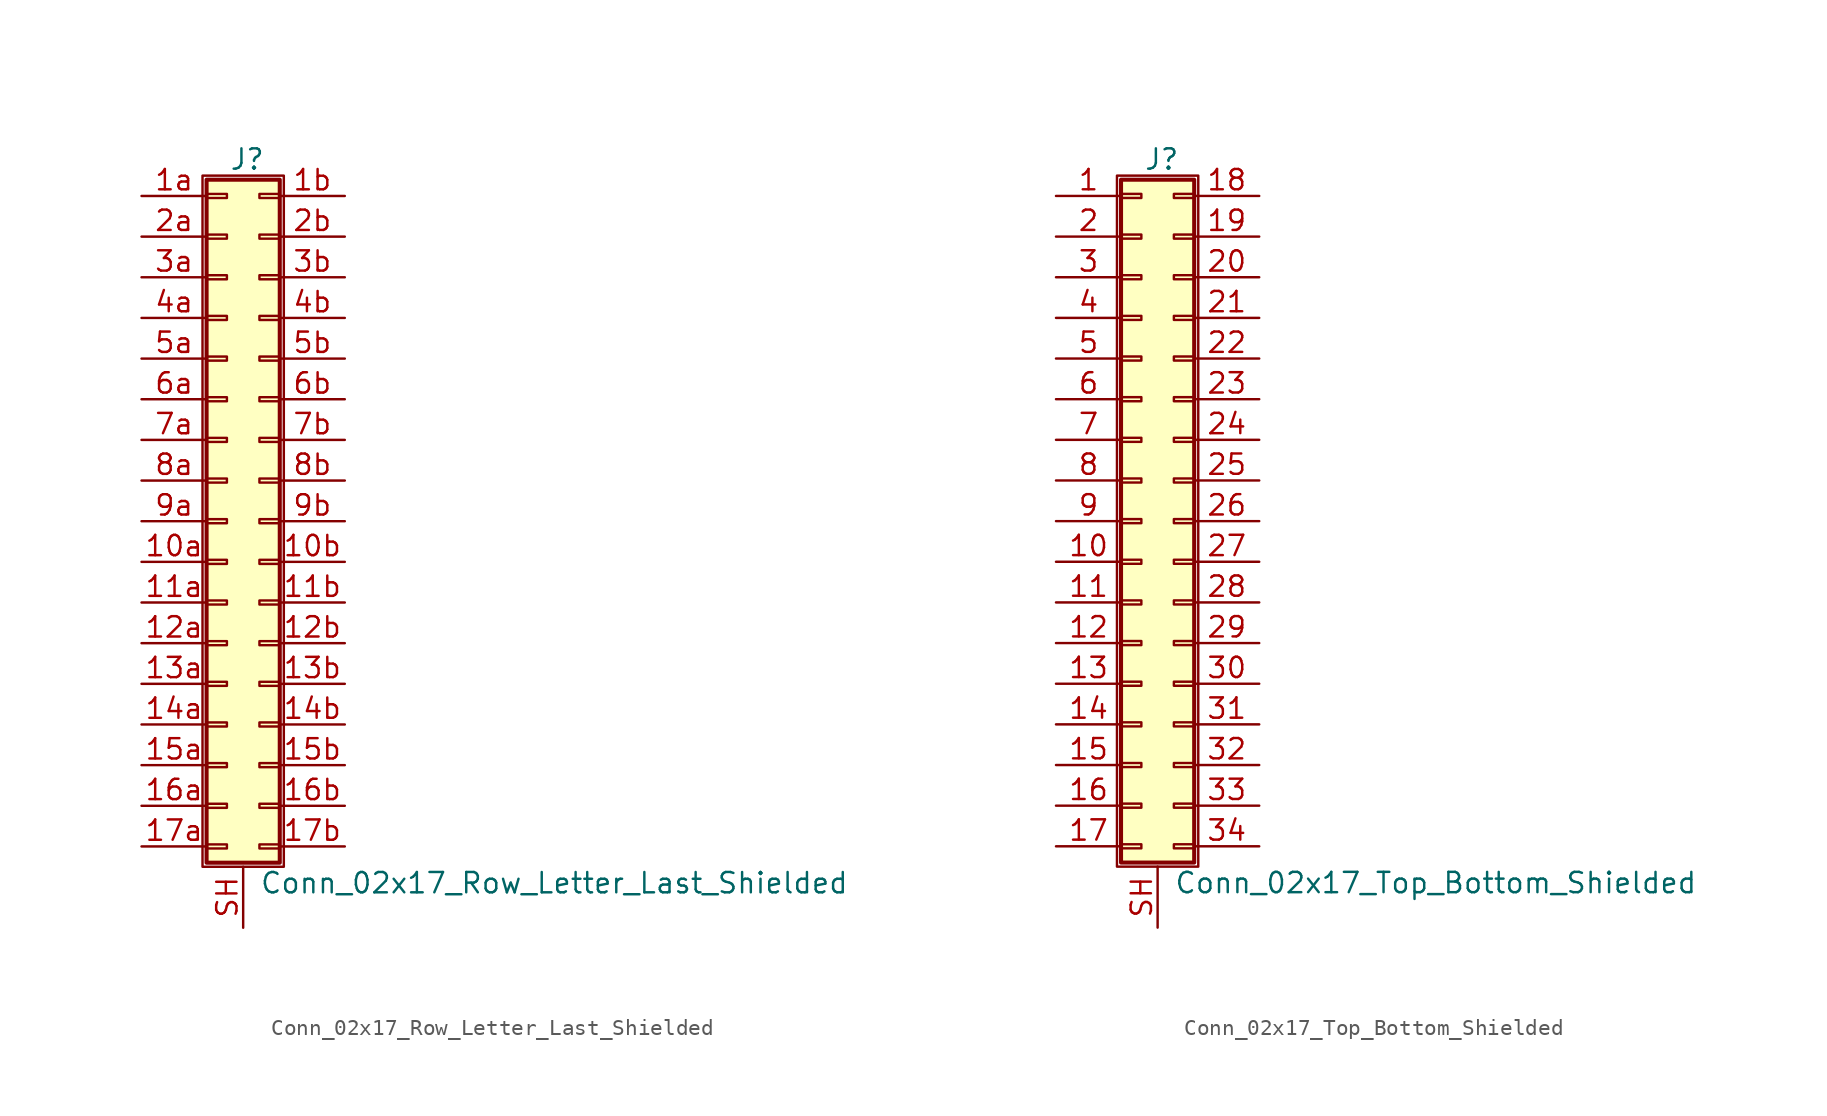
<source format=kicad_sym>
(kicad_symbol_lib
  (version 20220914)
  (generator kicad_symbol_editor)
  (symbol "Conn_02x17_Row_Letter_Last_Shielded"
    (pin_names
      (offset 1.016) hide)
    (property "Reference" "J"
      (at 1.524 22.606 0)
      (effects (font (size 1.27 1.27))))
    (property "Value" "Conn_02x17_Row_Letter_Last_Shielded"
      (at 2.286 -22.606 0)
      (effects (font (size 1.27 1.27)) (justify left)))
    (symbol "Conn_02x17_Row_Letter_Last_Shielded_1_1"
      (rectangle (start -1.27 21.59) (end 3.81 -21.59) (stroke (width 0.152) (type default)) (fill (type none)))
      (rectangle (start -1.016 -20.193) (end 0.254 -20.447) (stroke (width 0.152) (type default)) (fill (type none)))
      (rectangle (start -1.016 -17.653) (end 0.254 -17.907) (stroke (width 0.152) (type default)) (fill (type none)))
      (rectangle (start -1.016 -15.113) (end 0.254 -15.367) (stroke (width 0.152) (type default)) (fill (type none)))
      (rectangle (start -1.016 -12.573) (end 0.254 -12.827) (stroke (width 0.152) (type default)) (fill (type none)))
      (rectangle (start -1.016 -10.033) (end 0.254 -10.287) (stroke (width 0.152) (type default)) (fill (type none)))
      (rectangle (start -1.016 -7.493) (end 0.254 -7.747) (stroke (width 0.152) (type default)) (fill (type none)))
      (rectangle (start -1.016 -4.953) (end 0.254 -5.207) (stroke (width 0.152) (type default)) (fill (type none)))
      (rectangle (start -1.016 -2.413) (end 0.254 -2.667) (stroke (width 0.152) (type default)) (fill (type none)))
      (rectangle (start -1.016 0.127) (end 0.254 -0.127) (stroke (width 0.152) (type default)) (fill (type none)))
      (rectangle (start -1.016 2.667) (end 0.254 2.413) (stroke (width 0.152) (type default)) (fill (type none)))
      (rectangle (start -1.016 5.207) (end 0.254 4.953) (stroke (width 0.152) (type default)) (fill (type none)))
      (rectangle (start -1.016 7.747) (end 0.254 7.493) (stroke (width 0.152) (type default)) (fill (type none)))
      (rectangle (start -1.016 10.287) (end 0.254 10.033) (stroke (width 0.152) (type default)) (fill (type none)))
      (rectangle (start -1.016 12.827) (end 0.254 12.573) (stroke (width 0.152) (type default)) (fill (type none)))
      (rectangle (start -1.016 15.367) (end 0.254 15.113) (stroke (width 0.152) (type default)) (fill (type none)))
      (rectangle (start -1.016 17.907) (end 0.254 17.653) (stroke (width 0.152) (type default)) (fill (type none)))
      (rectangle (start -1.016 20.447) (end 0.254 20.193) (stroke (width 0.152) (type default)) (fill (type none)))
      (rectangle (start -1.016 21.336) (end 3.556 -21.336) (stroke (width 0.254) (type default)) (fill (type background)))
      (rectangle (start 3.556 -20.193) (end 2.286 -20.447) (stroke (width 0.152) (type default)) (fill (type none)))
      (rectangle (start 3.556 -17.653) (end 2.286 -17.907) (stroke (width 0.152) (type default)) (fill (type none)))
      (rectangle (start 3.556 -15.113) (end 2.286 -15.367) (stroke (width 0.152) (type default)) (fill (type none)))
      (rectangle (start 3.556 -12.573) (end 2.286 -12.827) (stroke (width 0.152) (type default)) (fill (type none)))
      (rectangle (start 3.556 -10.033) (end 2.286 -10.287) (stroke (width 0.152) (type default)) (fill (type none)))
      (rectangle (start 3.556 -7.493) (end 2.286 -7.747) (stroke (width 0.152) (type default)) (fill (type none)))
      (rectangle (start 3.556 -4.953) (end 2.286 -5.207) (stroke (width 0.152) (type default)) (fill (type none)))
      (rectangle (start 3.556 -2.413) (end 2.286 -2.667) (stroke (width 0.152) (type default)) (fill (type none)))
      (rectangle (start 3.556 0.127) (end 2.286 -0.127) (stroke (width 0.152) (type default)) (fill (type none)))
      (rectangle (start 3.556 2.667) (end 2.286 2.413) (stroke (width 0.152) (type default)) (fill (type none)))
      (rectangle (start 3.556 5.207) (end 2.286 4.953) (stroke (width 0.152) (type default)) (fill (type none)))
      (rectangle (start 3.556 7.747) (end 2.286 7.493) (stroke (width 0.152) (type default)) (fill (type none)))
      (rectangle (start 3.556 10.287) (end 2.286 10.033) (stroke (width 0.152) (type default)) (fill (type none)))
      (rectangle (start 3.556 12.827) (end 2.286 12.573) (stroke (width 0.152) (type default)) (fill (type none)))
      (rectangle (start 3.556 15.367) (end 2.286 15.113) (stroke (width 0.152) (type default)) (fill (type none)))
      (rectangle (start 3.556 17.907) (end 2.286 17.653) (stroke (width 0.152) (type default)) (fill (type none)))
      (rectangle (start 3.556 20.447) (end 2.286 20.193) (stroke (width 0.152) (type default)) (fill (type none)))
      (pin passive line (at -5.08 -2.54 0) (length 4.064) (name "Pin_10a" (effects (font (size 1.27 1.27)))) (number "10a" (effects (font (size 1.27 1.27)))))
      (pin passive line (at 7.62 -2.54 180) (length 4.064) (name "Pin_10b" (effects (font (size 1.27 1.27)))) (number "10b" (effects (font (size 1.27 1.27)))))
      (pin passive line (at -5.08 -5.08 0) (length 4.064) (name "Pin_11a" (effects (font (size 1.27 1.27)))) (number "11a" (effects (font (size 1.27 1.27)))))
      (pin passive line (at 7.62 -5.08 180) (length 4.064) (name "Pin_11b" (effects (font (size 1.27 1.27)))) (number "11b" (effects (font (size 1.27 1.27)))))
      (pin passive line (at -5.08 -7.62 0) (length 4.064) (name "Pin_12a" (effects (font (size 1.27 1.27)))) (number "12a" (effects (font (size 1.27 1.27)))))
      (pin passive line (at 7.62 -7.62 180) (length 4.064) (name "Pin_12b" (effects (font (size 1.27 1.27)))) (number "12b" (effects (font (size 1.27 1.27)))))
      (pin passive line (at -5.08 -10.16 0) (length 4.064) (name "Pin_13a" (effects (font (size 1.27 1.27)))) (number "13a" (effects (font (size 1.27 1.27)))))
      (pin passive line (at 7.62 -10.16 180) (length 4.064) (name "Pin_13b" (effects (font (size 1.27 1.27)))) (number "13b" (effects (font (size 1.27 1.27)))))
      (pin passive line (at -5.08 -12.7 0) (length 4.064) (name "Pin_14a" (effects (font (size 1.27 1.27)))) (number "14a" (effects (font (size 1.27 1.27)))))
      (pin passive line (at 7.62 -12.7 180) (length 4.064) (name "Pin_14b" (effects (font (size 1.27 1.27)))) (number "14b" (effects (font (size 1.27 1.27)))))
      (pin passive line (at -5.08 -15.24 0) (length 4.064) (name "Pin_15a" (effects (font (size 1.27 1.27)))) (number "15a" (effects (font (size 1.27 1.27)))))
      (pin passive line (at 7.62 -15.24 180) (length 4.064) (name "Pin_15b" (effects (font (size 1.27 1.27)))) (number "15b" (effects (font (size 1.27 1.27)))))
      (pin passive line (at -5.08 -17.78 0) (length 4.064) (name "Pin_16a" (effects (font (size 1.27 1.27)))) (number "16a" (effects (font (size 1.27 1.27)))))
      (pin passive line (at 7.62 -17.78 180) (length 4.064) (name "Pin_16b" (effects (font (size 1.27 1.27)))) (number "16b" (effects (font (size 1.27 1.27)))))
      (pin passive line (at -5.08 -20.32 0) (length 4.064) (name "Pin_17a" (effects (font (size 1.27 1.27)))) (number "17a" (effects (font (size 1.27 1.27)))))
      (pin passive line (at 7.62 -20.32 180) (length 4.064) (name "Pin_17b" (effects (font (size 1.27 1.27)))) (number "17b" (effects (font (size 1.27 1.27)))))
      (pin passive line (at -5.08 20.32 0) (length 4.064) (name "Pin_1a" (effects (font (size 1.27 1.27)))) (number "1a" (effects (font (size 1.27 1.27)))))
      (pin passive line (at 7.62 20.32 180) (length 4.064) (name "Pin_1b" (effects (font (size 1.27 1.27)))) (number "1b" (effects (font (size 1.27 1.27)))))
      (pin passive line (at -5.08 17.78 0) (length 4.064) (name "Pin_2a" (effects (font (size 1.27 1.27)))) (number "2a" (effects (font (size 1.27 1.27)))))
      (pin passive line (at 7.62 17.78 180) (length 4.064) (name "Pin_2b" (effects (font (size 1.27 1.27)))) (number "2b" (effects (font (size 1.27 1.27)))))
      (pin passive line (at -5.08 15.24 0) (length 4.064) (name "Pin_3a" (effects (font (size 1.27 1.27)))) (number "3a" (effects (font (size 1.27 1.27)))))
      (pin passive line (at 7.62 15.24 180) (length 4.064) (name "Pin_3b" (effects (font (size 1.27 1.27)))) (number "3b" (effects (font (size 1.27 1.27)))))
      (pin passive line (at -5.08 12.7 0) (length 4.064) (name "Pin_4a" (effects (font (size 1.27 1.27)))) (number "4a" (effects (font (size 1.27 1.27)))))
      (pin passive line (at 7.62 12.7 180) (length 4.064) (name "Pin_4b" (effects (font (size 1.27 1.27)))) (number "4b" (effects (font (size 1.27 1.27)))))
      (pin passive line (at -5.08 10.16 0) (length 4.064) (name "Pin_5a" (effects (font (size 1.27 1.27)))) (number "5a" (effects (font (size 1.27 1.27)))))
      (pin passive line (at 7.62 10.16 180) (length 4.064) (name "Pin_5b" (effects (font (size 1.27 1.27)))) (number "5b" (effects (font (size 1.27 1.27)))))
      (pin passive line (at -5.08 7.62 0) (length 4.064) (name "Pin_6a" (effects (font (size 1.27 1.27)))) (number "6a" (effects (font (size 1.27 1.27)))))
      (pin passive line (at 7.62 7.62 180) (length 4.064) (name "Pin_6b" (effects (font (size 1.27 1.27)))) (number "6b" (effects (font (size 1.27 1.27)))))
      (pin passive line (at -5.08 5.08 0) (length 4.064) (name "Pin_7a" (effects (font (size 1.27 1.27)))) (number "7a" (effects (font (size 1.27 1.27)))))
      (pin passive line (at 7.62 5.08 180) (length 4.064) (name "Pin_7b" (effects (font (size 1.27 1.27)))) (number "7b" (effects (font (size 1.27 1.27)))))
      (pin passive line (at -5.08 2.54 0) (length 4.064) (name "Pin_8a" (effects (font (size 1.27 1.27)))) (number "8a" (effects (font (size 1.27 1.27)))))
      (pin passive line (at 7.62 2.54 180) (length 4.064) (name "Pin_8b" (effects (font (size 1.27 1.27)))) (number "8b" (effects (font (size 1.27 1.27)))))
      (pin passive line (at -5.08 0 0) (length 4.064) (name "Pin_9a" (effects (font (size 1.27 1.27)))) (number "9a" (effects (font (size 1.27 1.27)))))
      (pin passive line (at 7.62 0 180) (length 4.064) (name "Pin_9b" (effects (font (size 1.27 1.27)))) (number "9b" (effects (font (size 1.27 1.27)))))
      (pin passive line (at 1.27 -25.4 90) (length 3.81) (name "Shield" (effects (font (size 1.27 1.27)))) (number "SH" (effects (font (size 1.27 1.27)))))))
  (symbol "Conn_02x17_Top_Bottom_Shielded"
    (pin_names
      (offset 1.016) hide)
    (property "Reference" "J"
      (at 1.524 22.606 0)
      (effects (font (size 1.27 1.27))))
    (property "Value" "Conn_02x17_Top_Bottom_Shielded"
      (at 2.286 -22.606 0)
      (effects (font (size 1.27 1.27)) (justify left)))
    (symbol "Conn_02x17_Top_Bottom_Shielded_1_1"
      (rectangle (start -1.27 21.59) (end 3.81 -21.59) (stroke (width 0.152) (type default)) (fill (type none)))
      (rectangle (start -1.016 -20.193) (end 0.254 -20.447) (stroke (width 0.152) (type default)) (fill (type none)))
      (rectangle (start -1.016 -17.653) (end 0.254 -17.907) (stroke (width 0.152) (type default)) (fill (type none)))
      (rectangle (start -1.016 -15.113) (end 0.254 -15.367) (stroke (width 0.152) (type default)) (fill (type none)))
      (rectangle (start -1.016 -12.573) (end 0.254 -12.827) (stroke (width 0.152) (type default)) (fill (type none)))
      (rectangle (start -1.016 -10.033) (end 0.254 -10.287) (stroke (width 0.152) (type default)) (fill (type none)))
      (rectangle (start -1.016 -7.493) (end 0.254 -7.747) (stroke (width 0.152) (type default)) (fill (type none)))
      (rectangle (start -1.016 -4.953) (end 0.254 -5.207) (stroke (width 0.152) (type default)) (fill (type none)))
      (rectangle (start -1.016 -2.413) (end 0.254 -2.667) (stroke (width 0.152) (type default)) (fill (type none)))
      (rectangle (start -1.016 0.127) (end 0.254 -0.127) (stroke (width 0.152) (type default)) (fill (type none)))
      (rectangle (start -1.016 2.667) (end 0.254 2.413) (stroke (width 0.152) (type default)) (fill (type none)))
      (rectangle (start -1.016 5.207) (end 0.254 4.953) (stroke (width 0.152) (type default)) (fill (type none)))
      (rectangle (start -1.016 7.747) (end 0.254 7.493) (stroke (width 0.152) (type default)) (fill (type none)))
      (rectangle (start -1.016 10.287) (end 0.254 10.033) (stroke (width 0.152) (type default)) (fill (type none)))
      (rectangle (start -1.016 12.827) (end 0.254 12.573) (stroke (width 0.152) (type default)) (fill (type none)))
      (rectangle (start -1.016 15.367) (end 0.254 15.113) (stroke (width 0.152) (type default)) (fill (type none)))
      (rectangle (start -1.016 17.907) (end 0.254 17.653) (stroke (width 0.152) (type default)) (fill (type none)))
      (rectangle (start -1.016 20.447) (end 0.254 20.193) (stroke (width 0.152) (type default)) (fill (type none)))
      (rectangle (start -1.016 21.336) (end 3.556 -21.336) (stroke (width 0.254) (type default)) (fill (type background)))
      (rectangle (start 3.556 -20.193) (end 2.286 -20.447) (stroke (width 0.152) (type default)) (fill (type none)))
      (rectangle (start 3.556 -17.653) (end 2.286 -17.907) (stroke (width 0.152) (type default)) (fill (type none)))
      (rectangle (start 3.556 -15.113) (end 2.286 -15.367) (stroke (width 0.152) (type default)) (fill (type none)))
      (rectangle (start 3.556 -12.573) (end 2.286 -12.827) (stroke (width 0.152) (type default)) (fill (type none)))
      (rectangle (start 3.556 -10.033) (end 2.286 -10.287) (stroke (width 0.152) (type default)) (fill (type none)))
      (rectangle (start 3.556 -7.493) (end 2.286 -7.747) (stroke (width 0.152) (type default)) (fill (type none)))
      (rectangle (start 3.556 -4.953) (end 2.286 -5.207) (stroke (width 0.152) (type default)) (fill (type none)))
      (rectangle (start 3.556 -2.413) (end 2.286 -2.667) (stroke (width 0.152) (type default)) (fill (type none)))
      (rectangle (start 3.556 0.127) (end 2.286 -0.127) (stroke (width 0.152) (type default)) (fill (type none)))
      (rectangle (start 3.556 2.667) (end 2.286 2.413) (stroke (width 0.152) (type default)) (fill (type none)))
      (rectangle (start 3.556 5.207) (end 2.286 4.953) (stroke (width 0.152) (type default)) (fill (type none)))
      (rectangle (start 3.556 7.747) (end 2.286 7.493) (stroke (width 0.152) (type default)) (fill (type none)))
      (rectangle (start 3.556 10.287) (end 2.286 10.033) (stroke (width 0.152) (type default)) (fill (type none)))
      (rectangle (start 3.556 12.827) (end 2.286 12.573) (stroke (width 0.152) (type default)) (fill (type none)))
      (rectangle (start 3.556 15.367) (end 2.286 15.113) (stroke (width 0.152) (type default)) (fill (type none)))
      (rectangle (start 3.556 17.907) (end 2.286 17.653) (stroke (width 0.152) (type default)) (fill (type none)))
      (rectangle (start 3.556 20.447) (end 2.286 20.193) (stroke (width 0.152) (type default)) (fill (type none)))
      (pin passive line (at -5.08 20.32 0) (length 4.064) (name "Pin_1" (effects (font (size 1.27 1.27)))) (number "1" (effects (font (size 1.27 1.27)))))
      (pin passive line (at -5.08 -2.54 0) (length 4.064) (name "Pin_10" (effects (font (size 1.27 1.27)))) (number "10" (effects (font (size 1.27 1.27)))))
      (pin passive line (at -5.08 -5.08 0) (length 4.064) (name "Pin_11" (effects (font (size 1.27 1.27)))) (number "11" (effects (font (size 1.27 1.27)))))
      (pin passive line (at -5.08 -7.62 0) (length 4.064) (name "Pin_12" (effects (font (size 1.27 1.27)))) (number "12" (effects (font (size 1.27 1.27)))))
      (pin passive line (at -5.08 -10.16 0) (length 4.064) (name "Pin_13" (effects (font (size 1.27 1.27)))) (number "13" (effects (font (size 1.27 1.27)))))
      (pin passive line (at -5.08 -12.7 0) (length 4.064) (name "Pin_14" (effects (font (size 1.27 1.27)))) (number "14" (effects (font (size 1.27 1.27)))))
      (pin passive line (at -5.08 -15.24 0) (length 4.064) (name "Pin_15" (effects (font (size 1.27 1.27)))) (number "15" (effects (font (size 1.27 1.27)))))
      (pin passive line (at -5.08 -17.78 0) (length 4.064) (name "Pin_16" (effects (font (size 1.27 1.27)))) (number "16" (effects (font (size 1.27 1.27)))))
      (pin passive line (at -5.08 -20.32 0) (length 4.064) (name "Pin_17" (effects (font (size 1.27 1.27)))) (number "17" (effects (font (size 1.27 1.27)))))
      (pin passive line (at 7.62 20.32 180) (length 4.064) (name "Pin_18" (effects (font (size 1.27 1.27)))) (number "18" (effects (font (size 1.27 1.27)))))
      (pin passive line (at 7.62 17.78 180) (length 4.064) (name "Pin_19" (effects (font (size 1.27 1.27)))) (number "19" (effects (font (size 1.27 1.27)))))
      (pin passive line (at -5.08 17.78 0) (length 4.064) (name "Pin_2" (effects (font (size 1.27 1.27)))) (number "2" (effects (font (size 1.27 1.27)))))
      (pin passive line (at 7.62 15.24 180) (length 4.064) (name "Pin_20" (effects (font (size 1.27 1.27)))) (number "20" (effects (font (size 1.27 1.27)))))
      (pin passive line (at 7.62 12.7 180) (length 4.064) (name "Pin_21" (effects (font (size 1.27 1.27)))) (number "21" (effects (font (size 1.27 1.27)))))
      (pin passive line (at 7.62 10.16 180) (length 4.064) (name "Pin_22" (effects (font (size 1.27 1.27)))) (number "22" (effects (font (size 1.27 1.27)))))
      (pin passive line (at 7.62 7.62 180) (length 4.064) (name "Pin_23" (effects (font (size 1.27 1.27)))) (number "23" (effects (font (size 1.27 1.27)))))
      (pin passive line (at 7.62 5.08 180) (length 4.064) (name "Pin_24" (effects (font (size 1.27 1.27)))) (number "24" (effects (font (size 1.27 1.27)))))
      (pin passive line (at 7.62 2.54 180) (length 4.064) (name "Pin_25" (effects (font (size 1.27 1.27)))) (number "25" (effects (font (size 1.27 1.27)))))
      (pin passive line (at 7.62 0 180) (length 4.064) (name "Pin_26" (effects (font (size 1.27 1.27)))) (number "26" (effects (font (size 1.27 1.27)))))
      (pin passive line (at 7.62 -2.54 180) (length 4.064) (name "Pin_27" (effects (font (size 1.27 1.27)))) (number "27" (effects (font (size 1.27 1.27)))))
      (pin passive line (at 7.62 -5.08 180) (length 4.064) (name "Pin_28" (effects (font (size 1.27 1.27)))) (number "28" (effects (font (size 1.27 1.27)))))
      (pin passive line (at 7.62 -7.62 180) (length 4.064) (name "Pin_29" (effects (font (size 1.27 1.27)))) (number "29" (effects (font (size 1.27 1.27)))))
      (pin passive line (at -5.08 15.24 0) (length 4.064) (name "Pin_3" (effects (font (size 1.27 1.27)))) (number "3" (effects (font (size 1.27 1.27)))))
      (pin passive line (at 7.62 -10.16 180) (length 4.064) (name "Pin_30" (effects (font (size 1.27 1.27)))) (number "30" (effects (font (size 1.27 1.27)))))
      (pin passive line (at 7.62 -12.7 180) (length 4.064) (name "Pin_31" (effects (font (size 1.27 1.27)))) (number "31" (effects (font (size 1.27 1.27)))))
      (pin passive line (at 7.62 -15.24 180) (length 4.064) (name "Pin_32" (effects (font (size 1.27 1.27)))) (number "32" (effects (font (size 1.27 1.27)))))
      (pin passive line (at 7.62 -17.78 180) (length 4.064) (name "Pin_33" (effects (font (size 1.27 1.27)))) (number "33" (effects (font (size 1.27 1.27)))))
      (pin passive line (at 7.62 -20.32 180) (length 4.064) (name "Pin_34" (effects (font (size 1.27 1.27)))) (number "34" (effects (font (size 1.27 1.27)))))
      (pin passive line (at -5.08 12.7 0) (length 4.064) (name "Pin_4" (effects (font (size 1.27 1.27)))) (number "4" (effects (font (size 1.27 1.27)))))
      (pin passive line (at -5.08 10.16 0) (length 4.064) (name "Pin_5" (effects (font (size 1.27 1.27)))) (number "5" (effects (font (size 1.27 1.27)))))
      (pin passive line (at -5.08 7.62 0) (length 4.064) (name "Pin_6" (effects (font (size 1.27 1.27)))) (number "6" (effects (font (size 1.27 1.27)))))
      (pin passive line (at -5.08 5.08 0) (length 4.064) (name "Pin_7" (effects (font (size 1.27 1.27)))) (number "7" (effects (font (size 1.27 1.27)))))
      (pin passive line (at -5.08 2.54 0) (length 4.064) (name "Pin_8" (effects (font (size 1.27 1.27)))) (number "8" (effects (font (size 1.27 1.27)))))
      (pin passive line (at -5.08 0 0) (length 4.064) (name "Pin_9" (effects (font (size 1.27 1.27)))) (number "9" (effects (font (size 1.27 1.27)))))
      (pin passive line (at 1.27 -25.4 90) (length 3.81) (name "Shield" (effects (font (size 1.27 1.27)))) (number "SH" (effects (font (size 1.27 1.27))))))))
</source>
